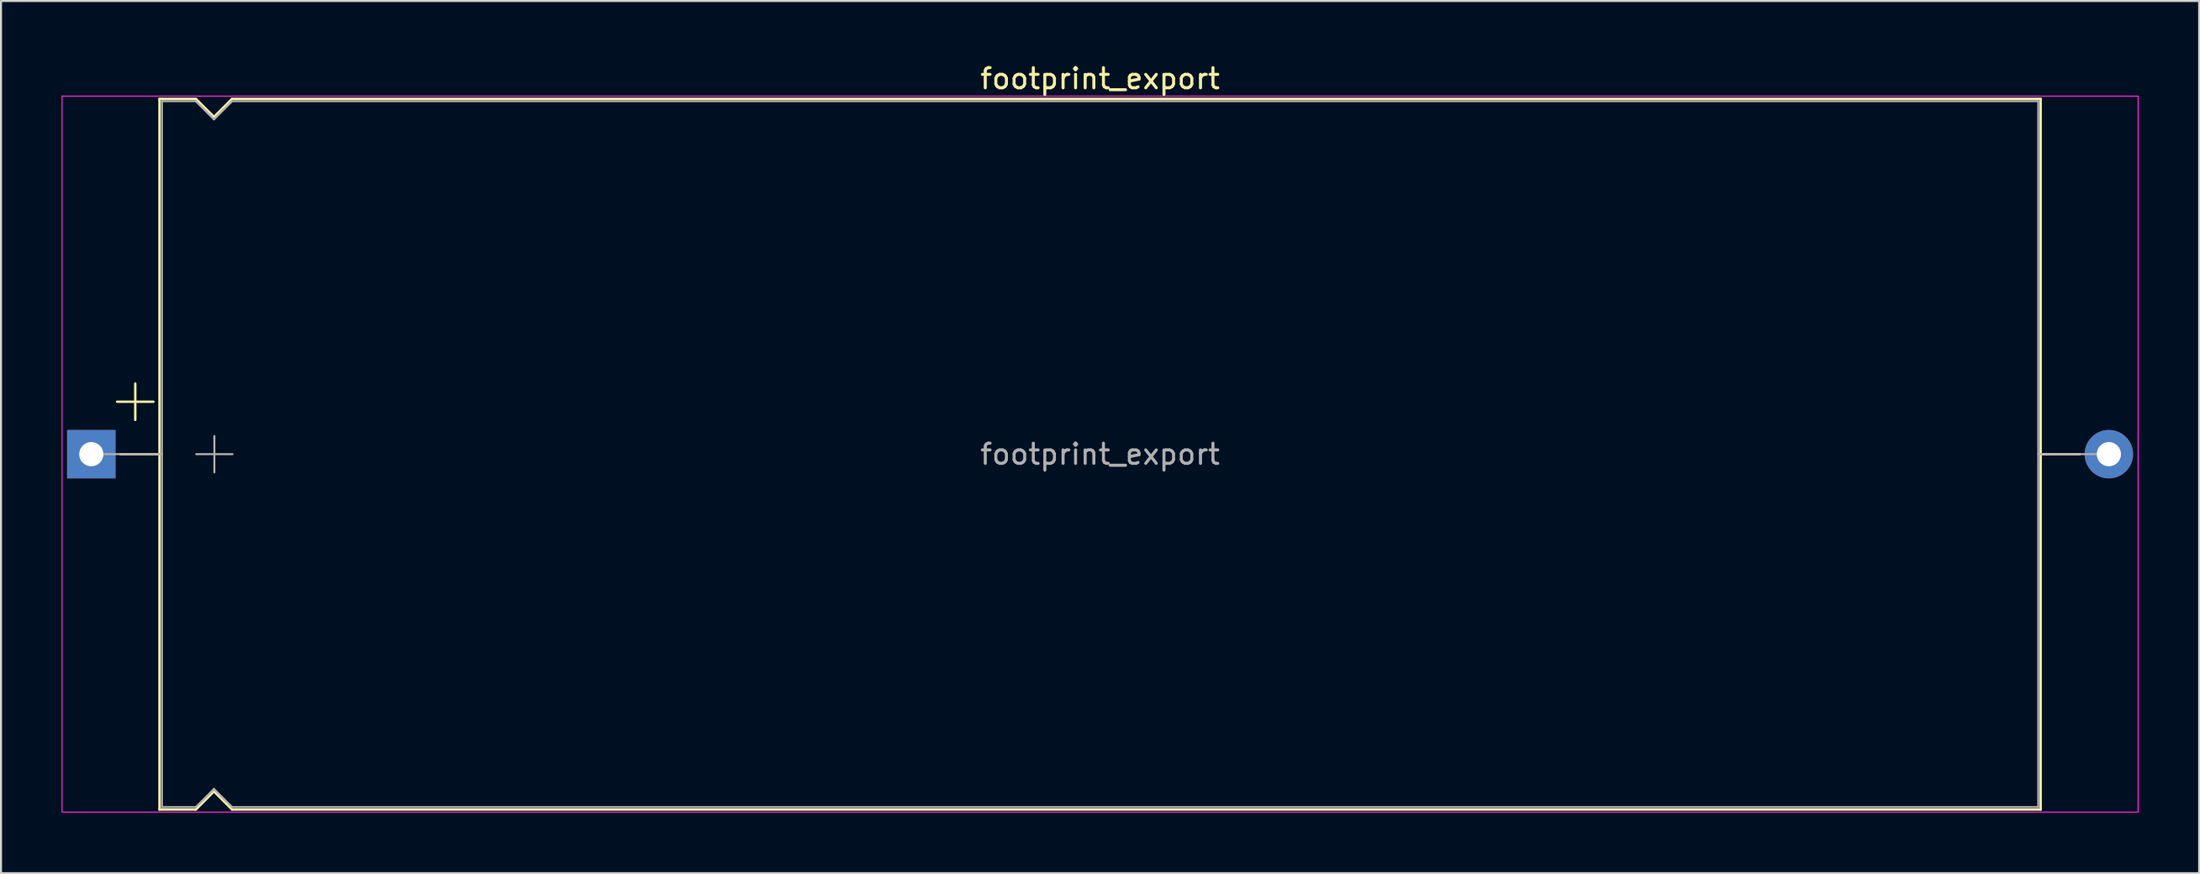
<source format=kicad_pcb>
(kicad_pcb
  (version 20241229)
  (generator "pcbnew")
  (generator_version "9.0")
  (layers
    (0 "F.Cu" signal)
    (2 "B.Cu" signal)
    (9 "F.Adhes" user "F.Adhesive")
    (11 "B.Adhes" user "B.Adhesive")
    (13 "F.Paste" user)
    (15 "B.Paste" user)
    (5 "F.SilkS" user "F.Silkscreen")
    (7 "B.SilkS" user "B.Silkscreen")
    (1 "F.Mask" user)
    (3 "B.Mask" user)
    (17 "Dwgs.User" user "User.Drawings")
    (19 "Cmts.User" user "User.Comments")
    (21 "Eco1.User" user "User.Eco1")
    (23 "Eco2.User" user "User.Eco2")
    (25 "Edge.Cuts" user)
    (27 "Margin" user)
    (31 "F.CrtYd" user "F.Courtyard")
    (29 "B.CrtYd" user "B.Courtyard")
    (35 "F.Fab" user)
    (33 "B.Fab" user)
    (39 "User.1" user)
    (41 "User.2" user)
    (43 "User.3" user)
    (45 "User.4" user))
  (footprint "footprint_export"
    (layer "F.Cu")
    (at 1.475 19.468)
    (property "Reference" "footprint_export" (at 50 -18.62 0) (layer "F.SilkS") (effects (font (size 1 1) (thickness 0.15))))
    (attr through_hole)
    (fp_line (start 1.28 -2.6) (end 3.08 -2.6) (stroke (width 0.12) (type solid)) (layer "F.SilkS"))
    (fp_line (start 1.44 0) (end 3.38 0) (stroke (width 0.12) (type solid)) (layer "F.SilkS"))
    (fp_line (start 2.18 -3.5) (end 2.18 -1.7) (stroke (width 0.12) (type solid)) (layer "F.SilkS"))
    (fp_line (start 3.38 -17.62) (end 3.38 17.62) (stroke (width 0.12) (type solid)) (layer "F.SilkS"))
    (fp_line (start 3.38 -17.62) (end 5.18 -17.62) (stroke (width 0.12) (type solid)) (layer "F.SilkS"))
    (fp_line (start 3.38 17.62) (end 5.18 17.62) (stroke (width 0.12) (type solid)) (layer "F.SilkS"))
    (fp_line (start 5.18 -17.62) (end 6.08 -16.72) (stroke (width 0.12) (type solid)) (layer "F.SilkS"))
    (fp_line (start 5.18 17.62) (end 6.08 16.72) (stroke (width 0.12) (type solid)) (layer "F.SilkS"))
    (fp_line (start 6.08 -16.72) (end 6.98 -17.62) (stroke (width 0.12) (type solid)) (layer "F.SilkS"))
    (fp_line (start 6.08 16.72) (end 6.98 17.62) (stroke (width 0.12) (type solid)) (layer "F.SilkS"))
    (fp_line (start 6.98 -17.62) (end 96.62 -17.62) (stroke (width 0.12) (type solid)) (layer "F.SilkS"))
    (fp_line (start 6.98 17.62) (end 96.62 17.62) (stroke (width 0.12) (type solid)) (layer "F.SilkS"))
    (fp_line (start 96.62 -17.62) (end 96.62 17.62) (stroke (width 0.12) (type solid)) (layer "F.SilkS"))
    (fp_line (start 98.56 0) (end 96.62 0) (stroke (width 0.12) (type solid)) (layer "F.SilkS"))
    (fp_line (start -1.45 -17.75) (end -1.45 17.75) (stroke (width 0.05) (type solid)) (layer "F.CrtYd"))
    (fp_line (start -1.45 17.75) (end 101.45 17.75) (stroke (width 0.05) (type solid)) (layer "F.CrtYd"))
    (fp_line (start 101.45 -17.75) (end -1.45 -17.75) (stroke (width 0.05) (type solid)) (layer "F.CrtYd"))
    (fp_line (start 101.45 17.75) (end 101.45 -17.75) (stroke (width 0.05) (type solid)) (layer "F.CrtYd"))
    (fp_line (start 0 0) (end 3.5 0) (stroke (width 0.1) (type solid)) (layer "F.Fab"))
    (fp_line (start 3.5 -17.5) (end 3.5 17.5) (stroke (width 0.1) (type solid)) (layer "F.Fab"))
    (fp_line (start 3.5 -17.5) (end 5.18 -17.5) (stroke (width 0.1) (type solid)) (layer "F.Fab"))
    (fp_line (start 3.5 17.5) (end 5.18 17.5) (stroke (width 0.1) (type solid)) (layer "F.Fab"))
    (fp_line (start 5.18 -17.5) (end 6.08 -16.6) (stroke (width 0.1) (type solid)) (layer "F.Fab"))
    (fp_line (start 5.18 17.5) (end 6.08 16.6) (stroke (width 0.1) (type solid)) (layer "F.Fab"))
    (fp_line (start 5.2 0) (end 7 0) (stroke (width 0.1) (type solid)) (layer "F.Fab"))
    (fp_line (start 6.08 -16.6) (end 6.98 -17.5) (stroke (width 0.1) (type solid)) (layer "F.Fab"))
    (fp_line (start 6.08 16.6) (end 6.98 17.5) (stroke (width 0.1) (type solid)) (layer "F.Fab"))
    (fp_line (start 6.1 -0.9) (end 6.1 0.9) (stroke (width 0.1) (type solid)) (layer "F.Fab"))
    (fp_line (start 6.98 -17.5) (end 96.5 -17.5) (stroke (width 0.1) (type solid)) (layer "F.Fab"))
    (fp_line (start 6.98 17.5) (end 96.5 17.5) (stroke (width 0.1) (type solid)) (layer "F.Fab"))
    (fp_line (start 96.5 -17.5) (end 96.5 17.5) (stroke (width 0.1) (type solid)) (layer "F.Fab"))
    (fp_line (start 100 0) (end 96.5 0) (stroke (width 0.1) (type solid)) (layer "F.Fab"))
    (fp_text user "${REFERENCE}" (at 50 0 0) (layer "F.Fab") (effects (font (size 1 1) (thickness 0.15))))
    (pad "1" thru_hole rect (at 0 0) (size 2.4 2.4) (drill 1.2) (layers "*.Cu" "*.Mask"))
    (pad "2" thru_hole oval (at 100 0) (size 2.4 2.4) (drill 1.2) (layers "*.Cu" "*.Mask")))
  (gr_rect
    (start -3 -3)
    (end 105.95 40.243)
    (stroke (width 0.1) (type default))
    (fill no)
    (layer "Edge.Cuts")))
</source>
